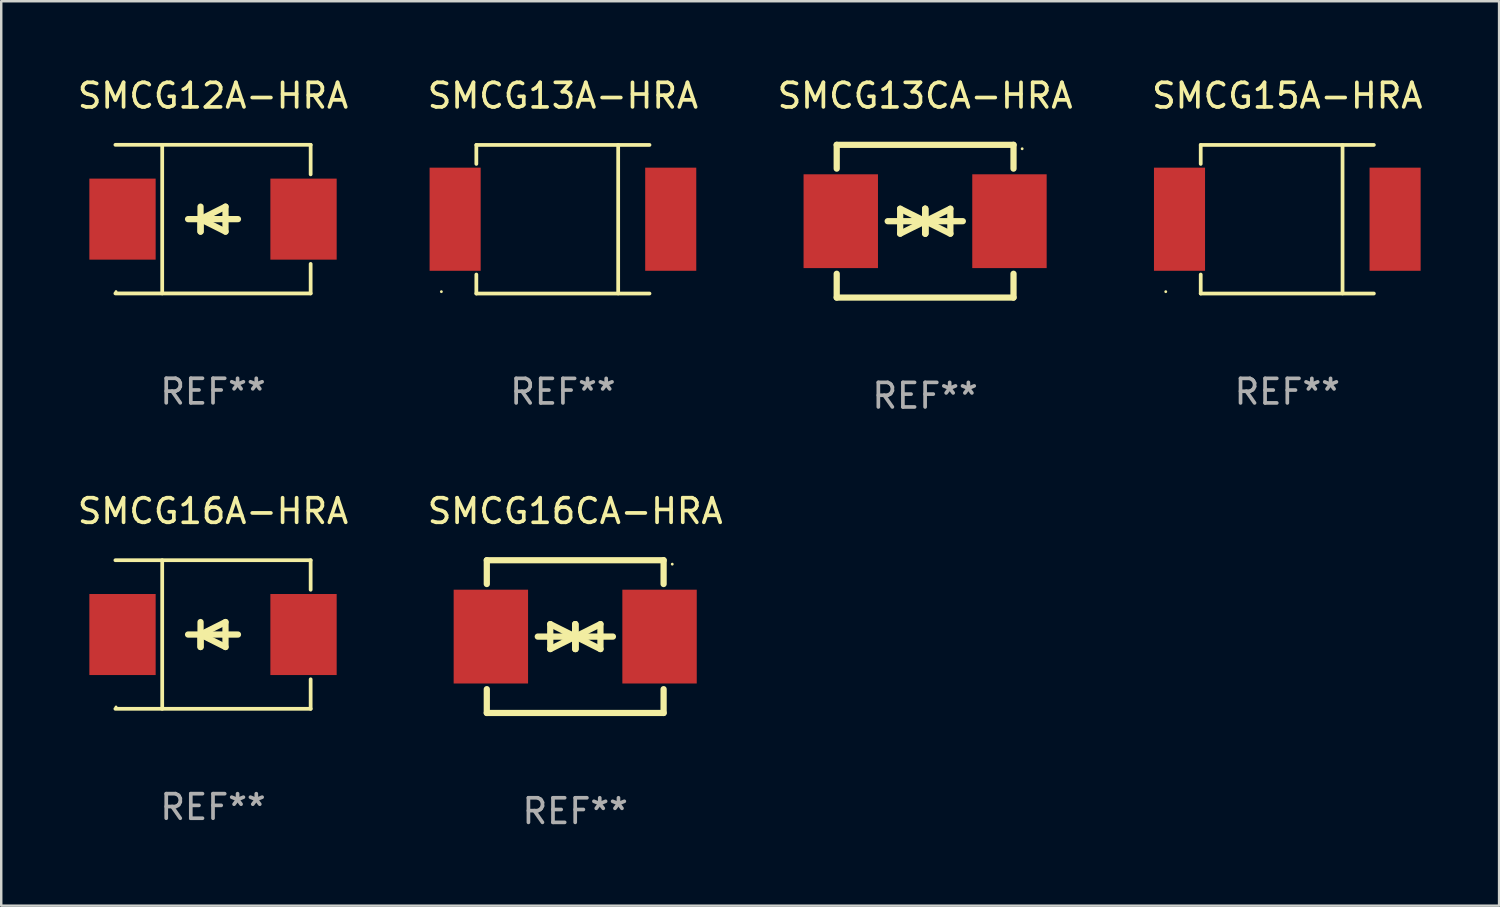
<source format=kicad_pcb>
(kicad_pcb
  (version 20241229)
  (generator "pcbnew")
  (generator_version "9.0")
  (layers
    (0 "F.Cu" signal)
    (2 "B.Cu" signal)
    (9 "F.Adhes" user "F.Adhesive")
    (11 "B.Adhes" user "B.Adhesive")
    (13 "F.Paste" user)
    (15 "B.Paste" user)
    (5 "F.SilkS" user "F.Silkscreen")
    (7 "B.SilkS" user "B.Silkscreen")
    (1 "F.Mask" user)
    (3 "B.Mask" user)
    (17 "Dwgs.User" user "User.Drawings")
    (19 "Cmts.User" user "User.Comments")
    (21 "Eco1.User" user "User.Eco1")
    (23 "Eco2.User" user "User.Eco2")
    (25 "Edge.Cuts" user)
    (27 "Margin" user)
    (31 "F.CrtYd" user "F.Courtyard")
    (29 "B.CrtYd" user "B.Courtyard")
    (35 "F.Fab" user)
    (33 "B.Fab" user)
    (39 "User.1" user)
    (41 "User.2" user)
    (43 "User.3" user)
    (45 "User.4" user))
  (footprint "SMCG13A-HRA"
    (layer "F.Cu")
    (at 19.875 5.876)
    (property "Reference" "SMCG13A-HRA" (at 0 -5.028 0) (layer "F.SilkS") (effects (font (size 1 1) (thickness 0.15))))
    (attr through_hole)
    (fp_line (start -3.526 -3.024) (end 3.526 -3.024) (stroke (width 0.152) (type solid)) (layer "F.SilkS"))
    (fp_line (start -3.526 -2.251) (end -3.526 -3.024) (stroke (width 0.152) (type solid)) (layer "F.SilkS"))
    (fp_line (start -3.526 2.254) (end -3.526 3.028) (stroke (width 0.152) (type solid)) (layer "F.SilkS"))
    (fp_line (start -3.526 3.028) (end 3.526 3.028) (stroke (width 0.152) (type solid)) (layer "F.SilkS"))
    (fp_line (start 2.25 -3.028) (end 2.25 3.024) (stroke (width 0.152) (type solid)) (layer "F.SilkS"))
    (fp_circle (center -4.95 2.952) (end -4.92 2.952) (stroke (width 0.06) (type solid)) (fill no) (layer "F.SilkS"))
    (fp_text user "REF**" (at 0 7.028 0) (layer "F.Fab") (effects (font (size 1 1) (thickness 0.15))))
    (pad "1" smd rect (at -4.39 0.002) (size 2.08 4.2) (layers "F.Cu" "F.Mask" "F.Paste"))
    (pad "2" smd rect (at 4.39 0.002) (size 2.08 4.2) (layers "F.Cu" "F.Mask" "F.Paste")))
  (footprint "SMCG15A-HRA"
    (layer "F.Cu")
    (at 49.375 5.876)
    (property "Reference" "SMCG15A-HRA" (at 0 -5.028 0) (layer "F.SilkS") (effects (font (size 1 1) (thickness 0.15))))
    (attr through_hole)
    (fp_line (start -3.526 -3.024) (end 3.526 -3.024) (stroke (width 0.152) (type solid)) (layer "F.SilkS"))
    (fp_line (start -3.526 -2.251) (end -3.526 -3.024) (stroke (width 0.152) (type solid)) (layer "F.SilkS"))
    (fp_line (start -3.526 2.254) (end -3.526 3.028) (stroke (width 0.152) (type solid)) (layer "F.SilkS"))
    (fp_line (start -3.526 3.028) (end 3.526 3.028) (stroke (width 0.152) (type solid)) (layer "F.SilkS"))
    (fp_line (start 2.25 -3.028) (end 2.25 3.024) (stroke (width 0.152) (type solid)) (layer "F.SilkS"))
    (fp_circle (center -4.95 2.952) (end -4.92 2.952) (stroke (width 0.06) (type solid)) (fill no) (layer "F.SilkS"))
    (fp_text user "REF**" (at 0 7.028 0) (layer "F.Fab") (effects (font (size 1 1) (thickness 0.15))))
    (pad "1" smd rect (at -4.39 0.002) (size 2.08 4.2) (layers "F.Cu" "F.Mask" "F.Paste"))
    (pad "2" smd rect (at 4.39 0.002) (size 2.08 4.2) (layers "F.Cu" "F.Mask" "F.Paste")))
  (footprint "SMCG13CA-HRA"
    (layer "F.Cu")
    (at 34.625 5.958)
    (property "Reference" "SMCG13CA-HRA" (at 0 -5.11 0) (layer "F.SilkS") (effects (font (size 1 1) (thickness 0.15))))
    (attr through_hole)
    (fp_line (start -3.6 -2.141) (end -3.6 -3.11) (stroke (width 0.254) (type solid)) (layer "F.SilkS"))
    (fp_line (start -3.6 3.11) (end -3.6 2.141) (stroke (width 0.254) (type solid)) (layer "F.SilkS"))
    (fp_line (start -1.524 0) (end 0.508 0) (stroke (width 0.254) (type solid)) (layer "F.SilkS"))
    (fp_line (start -1.016 -0.508) (end -1.016 0.508) (stroke (width 0.254) (type solid)) (layer "F.SilkS"))
    (fp_line (start -1.016 0.508) (end 0 0) (stroke (width 0.254) (type solid)) (layer "F.SilkS"))
    (fp_line (start 0 -0.508) (end 0 0.508) (stroke (width 0.254) (type solid)) (layer "F.SilkS"))
    (fp_line (start 0 0) (end -1.016 -0.508) (stroke (width 0.254) (type solid)) (layer "F.SilkS"))
    (fp_line (start 0 0) (end 0 -0.508) (stroke (width 0.254) (type solid)) (layer "F.SilkS"))
    (fp_line (start 0.012 0) (end 0.012 0.508) (stroke (width 0.254) (type solid)) (layer "F.SilkS"))
    (fp_line (start 0.012 0) (end 1.028 0.508) (stroke (width 0.254) (type solid)) (layer "F.SilkS"))
    (fp_line (start 0.012 0.508) (end 0.012 -0.508) (stroke (width 0.254) (type solid)) (layer "F.SilkS"))
    (fp_line (start 1.028 -0.508) (end 0.012 0) (stroke (width 0.254) (type solid)) (layer "F.SilkS"))
    (fp_line (start 1.028 0.508) (end 1.028 -0.508) (stroke (width 0.254) (type solid)) (layer "F.SilkS"))
    (fp_line (start 1.536 0) (end -0.496 0) (stroke (width 0.254) (type solid)) (layer "F.SilkS"))
    (fp_line (start 3.6 -3.11) (end -3.6 -3.11) (stroke (width 0.254) (type solid)) (layer "F.SilkS"))
    (fp_line (start 3.6 -2.141) (end 3.6 -3.11) (stroke (width 0.254) (type solid)) (layer "F.SilkS"))
    (fp_line (start 3.6 3.11) (end -3.6 3.11) (stroke (width 0.254) (type solid)) (layer "F.SilkS"))
    (fp_line (start 3.6 3.11) (end 3.6 2.141) (stroke (width 0.254) (type solid)) (layer "F.SilkS"))
    (fp_circle (center 3.952 -2.95) (end 3.982 -2.95) (stroke (width 0.06) (type solid)) (fill no) (layer "F.SilkS"))
    (fp_text user "REF**" (at 0 7.11 0) (layer "F.Fab") (effects (font (size 1 1) (thickness 0.15))))
    (pad "1" smd rect (at 3.435 0) (size 3.03 3.82) (layers "F.Cu" "F.Mask" "F.Paste"))
    (pad "2" smd rect (at -3.435 0) (size 3.03 3.82) (layers "F.Cu" "F.Mask" "F.Paste")))
  (footprint "SMCG16A-HRA"
    (layer "F.Cu")
    (at 5.625 22.791)
    (property "Reference" "SMCG16A-HRA" (at 0 -5.026 0) (layer "F.SilkS") (effects (font (size 1 1) (thickness 0.15))))
    (attr through_hole)
    (fp_line (start -3.976 -3.026) (end 3.976 -3.026) (stroke (width 0.152) (type solid)) (layer "F.SilkS"))
    (fp_line (start -3.976 3.026) (end 3.976 3.026) (stroke (width 0.152) (type solid)) (layer "F.SilkS"))
    (fp_line (start -2.069 -3.026) (end -2.069 3.026) (stroke (width 0.152) (type solid)) (layer "F.SilkS"))
    (fp_line (start -0.508 0) (end -0.508 0.508) (stroke (width 0.254) (type solid)) (layer "F.SilkS"))
    (fp_line (start -0.508 0) (end 0.508 0.508) (stroke (width 0.254) (type solid)) (layer "F.SilkS"))
    (fp_line (start -0.508 0.508) (end -0.508 -0.508) (stroke (width 0.254) (type solid)) (layer "F.SilkS"))
    (fp_line (start 0.508 -0.508) (end -0.508 0) (stroke (width 0.254) (type solid)) (layer "F.SilkS"))
    (fp_line (start 0.508 0.508) (end 0.508 -0.508) (stroke (width 0.254) (type solid)) (layer "F.SilkS"))
    (fp_line (start 1.016 0) (end -1.016 0) (stroke (width 0.254) (type solid)) (layer "F.SilkS"))
    (fp_line (start 3.976 -3.026) (end 3.976 -1.823) (stroke (width 0.152) (type solid)) (layer "F.SilkS"))
    (fp_line (start 3.976 3.026) (end 3.976 1.823) (stroke (width 0.152) (type solid)) (layer "F.SilkS"))
    (fp_circle (center -3.95 2.95) (end -3.92 2.95) (stroke (width 0.06) (type solid)) (fill no) (layer "F.SilkS"))
    (fp_text user "REF**" (at 0 7.026 0) (layer "F.Fab") (effects (font (size 1 1) (thickness 0.15))))
    (pad "1" smd rect (at -3.686 0) (size 2.7 3.3) (layers "F.Cu" "F.Mask" "F.Paste"))
    (pad "2" smd rect (at 3.686 0) (size 2.7 3.3) (layers "F.Cu" "F.Mask" "F.Paste")))
  (footprint "SMCG12A-HRA"
    (layer "F.Cu")
    (at 5.625 5.874)
    (property "Reference" "SMCG12A-HRA" (at 0 -5.026 0) (layer "F.SilkS") (effects (font (size 1 1) (thickness 0.15))))
    (attr through_hole)
    (fp_line (start -3.976 -3.026) (end 3.976 -3.026) (stroke (width 0.152) (type solid)) (layer "F.SilkS"))
    (fp_line (start -3.976 3.026) (end 3.976 3.026) (stroke (width 0.152) (type solid)) (layer "F.SilkS"))
    (fp_line (start -2.069 -3.026) (end -2.069 3.026) (stroke (width 0.152) (type solid)) (layer "F.SilkS"))
    (fp_line (start -0.508 0) (end -0.508 0.508) (stroke (width 0.254) (type solid)) (layer "F.SilkS"))
    (fp_line (start -0.508 0) (end 0.508 0.508) (stroke (width 0.254) (type solid)) (layer "F.SilkS"))
    (fp_line (start -0.508 0.508) (end -0.508 -0.508) (stroke (width 0.254) (type solid)) (layer "F.SilkS"))
    (fp_line (start 0.508 -0.508) (end -0.508 0) (stroke (width 0.254) (type solid)) (layer "F.SilkS"))
    (fp_line (start 0.508 0.508) (end 0.508 -0.508) (stroke (width 0.254) (type solid)) (layer "F.SilkS"))
    (fp_line (start 1.016 0) (end -1.016 0) (stroke (width 0.254) (type solid)) (layer "F.SilkS"))
    (fp_line (start 3.976 -3.026) (end 3.976 -1.823) (stroke (width 0.152) (type solid)) (layer "F.SilkS"))
    (fp_line (start 3.976 3.026) (end 3.976 1.823) (stroke (width 0.152) (type solid)) (layer "F.SilkS"))
    (fp_circle (center -3.95 2.95) (end -3.92 2.95) (stroke (width 0.06) (type solid)) (fill no) (layer "F.SilkS"))
    (fp_text user "REF**" (at 0 7.026 0) (layer "F.Fab") (effects (font (size 1 1) (thickness 0.15))))
    (pad "1" smd rect (at -3.686 0) (size 2.7 3.3) (layers "F.Cu" "F.Mask" "F.Paste"))
    (pad "2" smd rect (at 3.686 0) (size 2.7 3.3) (layers "F.Cu" "F.Mask" "F.Paste")))
  (footprint "SMCG16CA-HRA"
    (layer "F.Cu")
    (at 20.375 22.875)
    (property "Reference" "SMCG16CA-HRA" (at 0 -5.11 0) (layer "F.SilkS") (effects (font (size 1 1) (thickness 0.15))))
    (attr through_hole)
    (fp_line (start -3.6 -2.141) (end -3.6 -3.11) (stroke (width 0.254) (type solid)) (layer "F.SilkS"))
    (fp_line (start -3.6 3.11) (end -3.6 2.141) (stroke (width 0.254) (type solid)) (layer "F.SilkS"))
    (fp_line (start -1.524 0) (end 0.508 0) (stroke (width 0.254) (type solid)) (layer "F.SilkS"))
    (fp_line (start -1.016 -0.508) (end -1.016 0.508) (stroke (width 0.254) (type solid)) (layer "F.SilkS"))
    (fp_line (start -1.016 0.508) (end 0 0) (stroke (width 0.254) (type solid)) (layer "F.SilkS"))
    (fp_line (start 0 -0.508) (end 0 0.508) (stroke (width 0.254) (type solid)) (layer "F.SilkS"))
    (fp_line (start 0 0) (end -1.016 -0.508) (stroke (width 0.254) (type solid)) (layer "F.SilkS"))
    (fp_line (start 0 0) (end 0 -0.508) (stroke (width 0.254) (type solid)) (layer "F.SilkS"))
    (fp_line (start 0.012 0) (end 0.012 0.508) (stroke (width 0.254) (type solid)) (layer "F.SilkS"))
    (fp_line (start 0.012 0) (end 1.028 0.508) (stroke (width 0.254) (type solid)) (layer "F.SilkS"))
    (fp_line (start 0.012 0.508) (end 0.012 -0.508) (stroke (width 0.254) (type solid)) (layer "F.SilkS"))
    (fp_line (start 1.028 -0.508) (end 0.012 0) (stroke (width 0.254) (type solid)) (layer "F.SilkS"))
    (fp_line (start 1.028 0.508) (end 1.028 -0.508) (stroke (width 0.254) (type solid)) (layer "F.SilkS"))
    (fp_line (start 1.536 0) (end -0.496 0) (stroke (width 0.254) (type solid)) (layer "F.SilkS"))
    (fp_line (start 3.6 -3.11) (end -3.6 -3.11) (stroke (width 0.254) (type solid)) (layer "F.SilkS"))
    (fp_line (start 3.6 -2.141) (end 3.6 -3.11) (stroke (width 0.254) (type solid)) (layer "F.SilkS"))
    (fp_line (start 3.6 3.11) (end -3.6 3.11) (stroke (width 0.254) (type solid)) (layer "F.SilkS"))
    (fp_line (start 3.6 3.11) (end 3.6 2.141) (stroke (width 0.254) (type solid)) (layer "F.SilkS"))
    (fp_circle (center 3.952 -2.95) (end 3.982 -2.95) (stroke (width 0.06) (type solid)) (fill no) (layer "F.SilkS"))
    (fp_text user "REF**" (at 0 7.11 0) (layer "F.Fab") (effects (font (size 1 1) (thickness 0.15))))
    (pad "1" smd rect (at 3.435 0) (size 3.03 3.82) (layers "F.Cu" "F.Mask" "F.Paste"))
    (pad "2" smd rect (at -3.435 0) (size 3.03 3.82) (layers "F.Cu" "F.Mask" "F.Paste")))
  (gr_rect
    (start -3 -3)
    (end 58 33.833)
    (stroke (width 0.1) (type default))
    (fill no)
    (layer "Edge.Cuts")))
</source>
